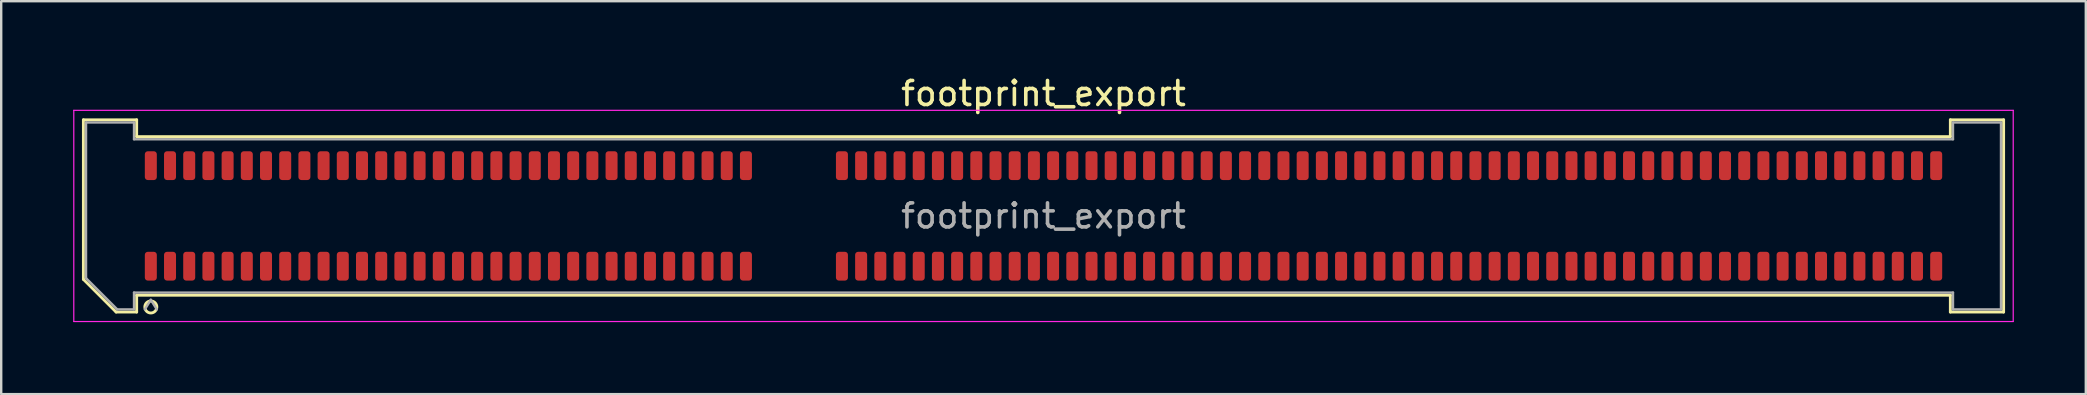
<source format=kicad_pcb>
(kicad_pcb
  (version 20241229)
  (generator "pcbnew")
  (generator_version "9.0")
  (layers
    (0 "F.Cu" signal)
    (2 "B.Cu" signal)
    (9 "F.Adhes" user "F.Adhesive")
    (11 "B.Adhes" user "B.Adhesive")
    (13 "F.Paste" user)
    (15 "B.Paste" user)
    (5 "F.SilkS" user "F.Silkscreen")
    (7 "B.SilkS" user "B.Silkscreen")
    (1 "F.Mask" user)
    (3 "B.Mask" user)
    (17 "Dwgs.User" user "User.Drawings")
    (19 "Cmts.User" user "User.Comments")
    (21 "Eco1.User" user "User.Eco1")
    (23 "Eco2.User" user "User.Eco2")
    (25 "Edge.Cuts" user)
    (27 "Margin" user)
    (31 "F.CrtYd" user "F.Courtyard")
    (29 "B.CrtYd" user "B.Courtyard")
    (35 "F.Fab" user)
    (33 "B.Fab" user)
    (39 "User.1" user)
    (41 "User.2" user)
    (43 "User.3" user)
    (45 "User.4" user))
  (footprint "footprint_export"
    (layer "F.Cu")
    (at 40.435 5.948)
    (property "Reference" "footprint_export" (at 0 -5.1 0) (layer "F.SilkS") (effects (font (size 1 1) (thickness 0.15))))
    (attr smd)
    (fp_line (start -40.01 -4.005) (end -37.79 -4.005) (stroke (width 0.12) (type solid)) (layer "F.SilkS"))
    (fp_line (start -40.01 2.641) (end -40.01 -4.005) (stroke (width 0.12) (type solid)) (layer "F.SilkS"))
    (fp_line (start -38.646 4.005) (end -40.01 2.641) (stroke (width 0.12) (type solid)) (layer "F.SilkS"))
    (fp_line (start -37.79 -4.005) (end -37.79 -3.305) (stroke (width 0.12) (type solid)) (layer "F.SilkS"))
    (fp_line (start -37.79 -3.305) (end 37.79 -3.305) (stroke (width 0.12) (type solid)) (layer "F.SilkS"))
    (fp_line (start -37.79 3.305) (end -37.79 4.005) (stroke (width 0.12) (type solid)) (layer "F.SilkS"))
    (fp_line (start -37.79 4.005) (end -38.646 4.005) (stroke (width 0.12) (type solid)) (layer "F.SilkS"))
    (fp_line (start 37.79 -4.005) (end 40.01 -4.005) (stroke (width 0.12) (type solid)) (layer "F.SilkS"))
    (fp_line (start 37.79 -3.305) (end 37.79 -4.005) (stroke (width 0.12) (type solid)) (layer "F.SilkS"))
    (fp_line (start 37.79 3.305) (end -37.79 3.305) (stroke (width 0.12) (type solid)) (layer "F.SilkS"))
    (fp_line (start 37.79 4.005) (end 37.79 3.305) (stroke (width 0.12) (type solid)) (layer "F.SilkS"))
    (fp_line (start 40.01 -4.005) (end 40.01 4.005) (stroke (width 0.12) (type solid)) (layer "F.SilkS"))
    (fp_line (start 40.01 4.005) (end 37.79 4.005) (stroke (width 0.12) (type solid)) (layer "F.SilkS"))
    (fp_arc (start -36.95 3.795) (mid -37.45 3.795) (end -36.95 3.795) (stroke (width 0.12) (type solid)) (layer "F.SilkS"))
    (fp_line (start -40.41 -4.4) (end -40.41 4.4) (stroke (width 0.05) (type solid)) (layer "F.CrtYd"))
    (fp_line (start -40.41 4.4) (end 40.41 4.4) (stroke (width 0.05) (type solid)) (layer "F.CrtYd"))
    (fp_line (start 40.41 -4.4) (end -40.41 -4.4) (stroke (width 0.05) (type solid)) (layer "F.CrtYd"))
    (fp_line (start 40.41 4.4) (end 40.41 -4.4) (stroke (width 0.05) (type solid)) (layer "F.CrtYd"))
    (fp_line (start -39.9 -3.895) (end -37.9 -3.895) (stroke (width 0.1) (type solid)) (layer "F.Fab"))
    (fp_line (start -39.9 2.595) (end -39.9 -3.895) (stroke (width 0.1) (type solid)) (layer "F.Fab"))
    (fp_line (start -38.6 3.895) (end -39.9 2.595) (stroke (width 0.1) (type solid)) (layer "F.Fab"))
    (fp_line (start -37.9 -3.895) (end -37.9 -3.195) (stroke (width 0.1) (type solid)) (layer "F.Fab"))
    (fp_line (start -37.9 -3.195) (end 37.9 -3.195) (stroke (width 0.1) (type solid)) (layer "F.Fab"))
    (fp_line (start -37.9 3.195) (end -37.9 3.895) (stroke (width 0.1) (type solid)) (layer "F.Fab"))
    (fp_line (start -37.9 3.895) (end -38.6 3.895) (stroke (width 0.1) (type solid)) (layer "F.Fab"))
    (fp_line (start -37.2 3.495) (end -37.45 3.895) (stroke (width 0.1) (type solid)) (layer "F.Fab"))
    (fp_line (start -37.2 3.495) (end -36.95 3.895) (stroke (width 0.1) (type solid)) (layer "F.Fab"))
    (fp_line (start 37.9 -3.895) (end 39.9 -3.895) (stroke (width 0.1) (type solid)) (layer "F.Fab"))
    (fp_line (start 37.9 -3.195) (end 37.9 -3.895) (stroke (width 0.1) (type solid)) (layer "F.Fab"))
    (fp_line (start 37.9 3.195) (end -37.9 3.195) (stroke (width 0.1) (type solid)) (layer "F.Fab"))
    (fp_line (start 37.9 3.895) (end 37.9 3.195) (stroke (width 0.1) (type solid)) (layer "F.Fab"))
    (fp_line (start 39.9 -3.895) (end 39.9 3.895) (stroke (width 0.1) (type solid)) (layer "F.Fab"))
    (fp_line (start 39.9 3.895) (end 37.9 3.895) (stroke (width 0.1) (type solid)) (layer "F.Fab"))
    (fp_text user "${REFERENCE}" (at 0 0 0) (layer "F.Fab") (effects (font (size 1 1) (thickness 0.15))))
    (pad "1" smd roundrect (at -37.2 2.095) (size 0.5 1.2) (layers "F.Cu" "F.Mask" "F.Paste") (roundrect_rratio 0.25))
    (pad "2" smd roundrect (at -37.2 -2.095) (size 0.5 1.2) (layers "F.Cu" "F.Mask" "F.Paste") (roundrect_rratio 0.25))
    (pad "3" smd roundrect (at -36.4 2.095) (size 0.5 1.2) (layers "F.Cu" "F.Mask" "F.Paste") (roundrect_rratio 0.25))
    (pad "4" smd roundrect (at -36.4 -2.095) (size 0.5 1.2) (layers "F.Cu" "F.Mask" "F.Paste") (roundrect_rratio 0.25))
    (pad "5" smd roundrect (at -35.6 2.095) (size 0.5 1.2) (layers "F.Cu" "F.Mask" "F.Paste") (roundrect_rratio 0.25))
    (pad "6" smd roundrect (at -35.6 -2.095) (size 0.5 1.2) (layers "F.Cu" "F.Mask" "F.Paste") (roundrect_rratio 0.25))
    (pad "7" smd roundrect (at -34.8 2.095) (size 0.5 1.2) (layers "F.Cu" "F.Mask" "F.Paste") (roundrect_rratio 0.25))
    (pad "8" smd roundrect (at -34.8 -2.095) (size 0.5 1.2) (layers "F.Cu" "F.Mask" "F.Paste") (roundrect_rratio 0.25))
    (pad "9" smd roundrect (at -34 2.095) (size 0.5 1.2) (layers "F.Cu" "F.Mask" "F.Paste") (roundrect_rratio 0.25))
    (pad "10" smd roundrect (at -34 -2.095) (size 0.5 1.2) (layers "F.Cu" "F.Mask" "F.Paste") (roundrect_rratio 0.25))
    (pad "11" smd roundrect (at -33.2 2.095) (size 0.5 1.2) (layers "F.Cu" "F.Mask" "F.Paste") (roundrect_rratio 0.25))
    (pad "12" smd roundrect (at -33.2 -2.095) (size 0.5 1.2) (layers "F.Cu" "F.Mask" "F.Paste") (roundrect_rratio 0.25))
    (pad "13" smd roundrect (at -32.4 2.095) (size 0.5 1.2) (layers "F.Cu" "F.Mask" "F.Paste") (roundrect_rratio 0.25))
    (pad "14" smd roundrect (at -32.4 -2.095) (size 0.5 1.2) (layers "F.Cu" "F.Mask" "F.Paste") (roundrect_rratio 0.25))
    (pad "15" smd roundrect (at -31.6 2.095) (size 0.5 1.2) (layers "F.Cu" "F.Mask" "F.Paste") (roundrect_rratio 0.25))
    (pad "16" smd roundrect (at -31.6 -2.095) (size 0.5 1.2) (layers "F.Cu" "F.Mask" "F.Paste") (roundrect_rratio 0.25))
    (pad "17" smd roundrect (at -30.8 2.095) (size 0.5 1.2) (layers "F.Cu" "F.Mask" "F.Paste") (roundrect_rratio 0.25))
    (pad "18" smd roundrect (at -30.8 -2.095) (size 0.5 1.2) (layers "F.Cu" "F.Mask" "F.Paste") (roundrect_rratio 0.25))
    (pad "19" smd roundrect (at -30 2.095) (size 0.5 1.2) (layers "F.Cu" "F.Mask" "F.Paste") (roundrect_rratio 0.25))
    (pad "20" smd roundrect (at -30 -2.095) (size 0.5 1.2) (layers "F.Cu" "F.Mask" "F.Paste") (roundrect_rratio 0.25))
    (pad "21" smd roundrect (at -29.2 2.095) (size 0.5 1.2) (layers "F.Cu" "F.Mask" "F.Paste") (roundrect_rratio 0.25))
    (pad "22" smd roundrect (at -29.2 -2.095) (size 0.5 1.2) (layers "F.Cu" "F.Mask" "F.Paste") (roundrect_rratio 0.25))
    (pad "23" smd roundrect (at -28.4 2.095) (size 0.5 1.2) (layers "F.Cu" "F.Mask" "F.Paste") (roundrect_rratio 0.25))
    (pad "24" smd roundrect (at -28.4 -2.095) (size 0.5 1.2) (layers "F.Cu" "F.Mask" "F.Paste") (roundrect_rratio 0.25))
    (pad "25" smd roundrect (at -27.6 2.095) (size 0.5 1.2) (layers "F.Cu" "F.Mask" "F.Paste") (roundrect_rratio 0.25))
    (pad "26" smd roundrect (at -27.6 -2.095) (size 0.5 1.2) (layers "F.Cu" "F.Mask" "F.Paste") (roundrect_rratio 0.25))
    (pad "27" smd roundrect (at -26.8 2.095) (size 0.5 1.2) (layers "F.Cu" "F.Mask" "F.Paste") (roundrect_rratio 0.25))
    (pad "28" smd roundrect (at -26.8 -2.095) (size 0.5 1.2) (layers "F.Cu" "F.Mask" "F.Paste") (roundrect_rratio 0.25))
    (pad "29" smd roundrect (at -26 2.095) (size 0.5 1.2) (layers "F.Cu" "F.Mask" "F.Paste") (roundrect_rratio 0.25))
    (pad "30" smd roundrect (at -26 -2.095) (size 0.5 1.2) (layers "F.Cu" "F.Mask" "F.Paste") (roundrect_rratio 0.25))
    (pad "31" smd roundrect (at -25.2 2.095) (size 0.5 1.2) (layers "F.Cu" "F.Mask" "F.Paste") (roundrect_rratio 0.25))
    (pad "32" smd roundrect (at -25.2 -2.095) (size 0.5 1.2) (layers "F.Cu" "F.Mask" "F.Paste") (roundrect_rratio 0.25))
    (pad "33" smd roundrect (at -24.4 2.095) (size 0.5 1.2) (layers "F.Cu" "F.Mask" "F.Paste") (roundrect_rratio 0.25))
    (pad "34" smd roundrect (at -24.4 -2.095) (size 0.5 1.2) (layers "F.Cu" "F.Mask" "F.Paste") (roundrect_rratio 0.25))
    (pad "35" smd roundrect (at -23.6 2.095) (size 0.5 1.2) (layers "F.Cu" "F.Mask" "F.Paste") (roundrect_rratio 0.25))
    (pad "36" smd roundrect (at -23.6 -2.095) (size 0.5 1.2) (layers "F.Cu" "F.Mask" "F.Paste") (roundrect_rratio 0.25))
    (pad "37" smd roundrect (at -22.8 2.095) (size 0.5 1.2) (layers "F.Cu" "F.Mask" "F.Paste") (roundrect_rratio 0.25))
    (pad "38" smd roundrect (at -22.8 -2.095) (size 0.5 1.2) (layers "F.Cu" "F.Mask" "F.Paste") (roundrect_rratio 0.25))
    (pad "39" smd roundrect (at -22 2.095) (size 0.5 1.2) (layers "F.Cu" "F.Mask" "F.Paste") (roundrect_rratio 0.25))
    (pad "40" smd roundrect (at -22 -2.095) (size 0.5 1.2) (layers "F.Cu" "F.Mask" "F.Paste") (roundrect_rratio 0.25))
    (pad "41" smd roundrect (at -21.2 2.095) (size 0.5 1.2) (layers "F.Cu" "F.Mask" "F.Paste") (roundrect_rratio 0.25))
    (pad "42" smd roundrect (at -21.2 -2.095) (size 0.5 1.2) (layers "F.Cu" "F.Mask" "F.Paste") (roundrect_rratio 0.25))
    (pad "43" smd roundrect (at -20.4 2.095) (size 0.5 1.2) (layers "F.Cu" "F.Mask" "F.Paste") (roundrect_rratio 0.25))
    (pad "44" smd roundrect (at -20.4 -2.095) (size 0.5 1.2) (layers "F.Cu" "F.Mask" "F.Paste") (roundrect_rratio 0.25))
    (pad "45" smd roundrect (at -19.6 2.095) (size 0.5 1.2) (layers "F.Cu" "F.Mask" "F.Paste") (roundrect_rratio 0.25))
    (pad "46" smd roundrect (at -19.6 -2.095) (size 0.5 1.2) (layers "F.Cu" "F.Mask" "F.Paste") (roundrect_rratio 0.25))
    (pad "47" smd roundrect (at -18.8 2.095) (size 0.5 1.2) (layers "F.Cu" "F.Mask" "F.Paste") (roundrect_rratio 0.25))
    (pad "48" smd roundrect (at -18.8 -2.095) (size 0.5 1.2) (layers "F.Cu" "F.Mask" "F.Paste") (roundrect_rratio 0.25))
    (pad "49" smd roundrect (at -18 2.095) (size 0.5 1.2) (layers "F.Cu" "F.Mask" "F.Paste") (roundrect_rratio 0.25))
    (pad "50" smd roundrect (at -18 -2.095) (size 0.5 1.2) (layers "F.Cu" "F.Mask" "F.Paste") (roundrect_rratio 0.25))
    (pad "51" smd roundrect (at -17.2 2.095) (size 0.5 1.2) (layers "F.Cu" "F.Mask" "F.Paste") (roundrect_rratio 0.25))
    (pad "52" smd roundrect (at -17.2 -2.095) (size 0.5 1.2) (layers "F.Cu" "F.Mask" "F.Paste") (roundrect_rratio 0.25))
    (pad "53" smd roundrect (at -16.4 2.095) (size 0.5 1.2) (layers "F.Cu" "F.Mask" "F.Paste") (roundrect_rratio 0.25))
    (pad "54" smd roundrect (at -16.4 -2.095) (size 0.5 1.2) (layers "F.Cu" "F.Mask" "F.Paste") (roundrect_rratio 0.25))
    (pad "55" smd roundrect (at -15.6 2.095) (size 0.5 1.2) (layers "F.Cu" "F.Mask" "F.Paste") (roundrect_rratio 0.25))
    (pad "56" smd roundrect (at -15.6 -2.095) (size 0.5 1.2) (layers "F.Cu" "F.Mask" "F.Paste") (roundrect_rratio 0.25))
    (pad "57" smd roundrect (at -14.8 2.095) (size 0.5 1.2) (layers "F.Cu" "F.Mask" "F.Paste") (roundrect_rratio 0.25))
    (pad "58" smd roundrect (at -14.8 -2.095) (size 0.5 1.2) (layers "F.Cu" "F.Mask" "F.Paste") (roundrect_rratio 0.25))
    (pad "59" smd roundrect (at -14 2.095) (size 0.5 1.2) (layers "F.Cu" "F.Mask" "F.Paste") (roundrect_rratio 0.25))
    (pad "60" smd roundrect (at -14 -2.095) (size 0.5 1.2) (layers "F.Cu" "F.Mask" "F.Paste") (roundrect_rratio 0.25))
    (pad "61" smd roundrect (at -13.2 2.095) (size 0.5 1.2) (layers "F.Cu" "F.Mask" "F.Paste") (roundrect_rratio 0.25))
    (pad "62" smd roundrect (at -13.2 -2.095) (size 0.5 1.2) (layers "F.Cu" "F.Mask" "F.Paste") (roundrect_rratio 0.25))
    (pad "63" smd roundrect (at -12.4 2.095) (size 0.5 1.2) (layers "F.Cu" "F.Mask" "F.Paste") (roundrect_rratio 0.25))
    (pad "64" smd roundrect (at -12.4 -2.095) (size 0.5 1.2) (layers "F.Cu" "F.Mask" "F.Paste") (roundrect_rratio 0.25))
    (pad "65" smd roundrect (at -8.4 2.095) (size 0.5 1.2) (layers "F.Cu" "F.Mask" "F.Paste") (roundrect_rratio 0.25))
    (pad "66" smd roundrect (at -8.4 -2.095) (size 0.5 1.2) (layers "F.Cu" "F.Mask" "F.Paste") (roundrect_rratio 0.25))
    (pad "67" smd roundrect (at -7.6 2.095) (size 0.5 1.2) (layers "F.Cu" "F.Mask" "F.Paste") (roundrect_rratio 0.25))
    (pad "68" smd roundrect (at -7.6 -2.095) (size 0.5 1.2) (layers "F.Cu" "F.Mask" "F.Paste") (roundrect_rratio 0.25))
    (pad "69" smd roundrect (at -6.8 2.095) (size 0.5 1.2) (layers "F.Cu" "F.Mask" "F.Paste") (roundrect_rratio 0.25))
    (pad "70" smd roundrect (at -6.8 -2.095) (size 0.5 1.2) (layers "F.Cu" "F.Mask" "F.Paste") (roundrect_rratio 0.25))
    (pad "71" smd roundrect (at -6 2.095) (size 0.5 1.2) (layers "F.Cu" "F.Mask" "F.Paste") (roundrect_rratio 0.25))
    (pad "72" smd roundrect (at -6 -2.095) (size 0.5 1.2) (layers "F.Cu" "F.Mask" "F.Paste") (roundrect_rratio 0.25))
    (pad "73" smd roundrect (at -5.2 2.095) (size 0.5 1.2) (layers "F.Cu" "F.Mask" "F.Paste") (roundrect_rratio 0.25))
    (pad "74" smd roundrect (at -5.2 -2.095) (size 0.5 1.2) (layers "F.Cu" "F.Mask" "F.Paste") (roundrect_rratio 0.25))
    (pad "75" smd roundrect (at -4.4 2.095) (size 0.5 1.2) (layers "F.Cu" "F.Mask" "F.Paste") (roundrect_rratio 0.25))
    (pad "76" smd roundrect (at -4.4 -2.095) (size 0.5 1.2) (layers "F.Cu" "F.Mask" "F.Paste") (roundrect_rratio 0.25))
    (pad "77" smd roundrect (at -3.6 2.095) (size 0.5 1.2) (layers "F.Cu" "F.Mask" "F.Paste") (roundrect_rratio 0.25))
    (pad "78" smd roundrect (at -3.6 -2.095) (size 0.5 1.2) (layers "F.Cu" "F.Mask" "F.Paste") (roundrect_rratio 0.25))
    (pad "79" smd roundrect (at -2.8 2.095) (size 0.5 1.2) (layers "F.Cu" "F.Mask" "F.Paste") (roundrect_rratio 0.25))
    (pad "80" smd roundrect (at -2.8 -2.095) (size 0.5 1.2) (layers "F.Cu" "F.Mask" "F.Paste") (roundrect_rratio 0.25))
    (pad "81" smd roundrect (at -2 2.095) (size 0.5 1.2) (layers "F.Cu" "F.Mask" "F.Paste") (roundrect_rratio 0.25))
    (pad "82" smd roundrect (at -2 -2.095) (size 0.5 1.2) (layers "F.Cu" "F.Mask" "F.Paste") (roundrect_rratio 0.25))
    (pad "83" smd roundrect (at -1.2 2.095) (size 0.5 1.2) (layers "F.Cu" "F.Mask" "F.Paste") (roundrect_rratio 0.25))
    (pad "84" smd roundrect (at -1.2 -2.095) (size 0.5 1.2) (layers "F.Cu" "F.Mask" "F.Paste") (roundrect_rratio 0.25))
    (pad "85" smd roundrect (at -0.4 2.095) (size 0.5 1.2) (layers "F.Cu" "F.Mask" "F.Paste") (roundrect_rratio 0.25))
    (pad "86" smd roundrect (at -0.4 -2.095) (size 0.5 1.2) (layers "F.Cu" "F.Mask" "F.Paste") (roundrect_rratio 0.25))
    (pad "87" smd roundrect (at 0.4 2.095) (size 0.5 1.2) (layers "F.Cu" "F.Mask" "F.Paste") (roundrect_rratio 0.25))
    (pad "88" smd roundrect (at 0.4 -2.095) (size 0.5 1.2) (layers "F.Cu" "F.Mask" "F.Paste") (roundrect_rratio 0.25))
    (pad "89" smd roundrect (at 1.2 2.095) (size 0.5 1.2) (layers "F.Cu" "F.Mask" "F.Paste") (roundrect_rratio 0.25))
    (pad "90" smd roundrect (at 1.2 -2.095) (size 0.5 1.2) (layers "F.Cu" "F.Mask" "F.Paste") (roundrect_rratio 0.25))
    (pad "91" smd roundrect (at 2 2.095) (size 0.5 1.2) (layers "F.Cu" "F.Mask" "F.Paste") (roundrect_rratio 0.25))
    (pad "92" smd roundrect (at 2 -2.095) (size 0.5 1.2) (layers "F.Cu" "F.Mask" "F.Paste") (roundrect_rratio 0.25))
    (pad "93" smd roundrect (at 2.8 2.095) (size 0.5 1.2) (layers "F.Cu" "F.Mask" "F.Paste") (roundrect_rratio 0.25))
    (pad "94" smd roundrect (at 2.8 -2.095) (size 0.5 1.2) (layers "F.Cu" "F.Mask" "F.Paste") (roundrect_rratio 0.25))
    (pad "95" smd roundrect (at 3.6 2.095) (size 0.5 1.2) (layers "F.Cu" "F.Mask" "F.Paste") (roundrect_rratio 0.25))
    (pad "96" smd roundrect (at 3.6 -2.095) (size 0.5 1.2) (layers "F.Cu" "F.Mask" "F.Paste") (roundrect_rratio 0.25))
    (pad "97" smd roundrect (at 4.4 2.095) (size 0.5 1.2) (layers "F.Cu" "F.Mask" "F.Paste") (roundrect_rratio 0.25))
    (pad "98" smd roundrect (at 4.4 -2.095) (size 0.5 1.2) (layers "F.Cu" "F.Mask" "F.Paste") (roundrect_rratio 0.25))
    (pad "99" smd roundrect (at 5.2 2.095) (size 0.5 1.2) (layers "F.Cu" "F.Mask" "F.Paste") (roundrect_rratio 0.25))
    (pad "100" smd roundrect (at 5.2 -2.095) (size 0.5 1.2) (layers "F.Cu" "F.Mask" "F.Paste") (roundrect_rratio 0.25))
    (pad "101" smd roundrect (at 6 2.095) (size 0.5 1.2) (layers "F.Cu" "F.Mask" "F.Paste") (roundrect_rratio 0.25))
    (pad "102" smd roundrect (at 6 -2.095) (size 0.5 1.2) (layers "F.Cu" "F.Mask" "F.Paste") (roundrect_rratio 0.25))
    (pad "103" smd roundrect (at 6.8 2.095) (size 0.5 1.2) (layers "F.Cu" "F.Mask" "F.Paste") (roundrect_rratio 0.25))
    (pad "104" smd roundrect (at 6.8 -2.095) (size 0.5 1.2) (layers "F.Cu" "F.Mask" "F.Paste") (roundrect_rratio 0.25))
    (pad "105" smd roundrect (at 7.6 2.095) (size 0.5 1.2) (layers "F.Cu" "F.Mask" "F.Paste") (roundrect_rratio 0.25))
    (pad "106" smd roundrect (at 7.6 -2.095) (size 0.5 1.2) (layers "F.Cu" "F.Mask" "F.Paste") (roundrect_rratio 0.25))
    (pad "107" smd roundrect (at 8.4 2.095) (size 0.5 1.2) (layers "F.Cu" "F.Mask" "F.Paste") (roundrect_rratio 0.25))
    (pad "108" smd roundrect (at 8.4 -2.095) (size 0.5 1.2) (layers "F.Cu" "F.Mask" "F.Paste") (roundrect_rratio 0.25))
    (pad "109" smd roundrect (at 9.2 2.095) (size 0.5 1.2) (layers "F.Cu" "F.Mask" "F.Paste") (roundrect_rratio 0.25))
    (pad "110" smd roundrect (at 9.2 -2.095) (size 0.5 1.2) (layers "F.Cu" "F.Mask" "F.Paste") (roundrect_rratio 0.25))
    (pad "111" smd roundrect (at 10 2.095) (size 0.5 1.2) (layers "F.Cu" "F.Mask" "F.Paste") (roundrect_rratio 0.25))
    (pad "112" smd roundrect (at 10 -2.095) (size 0.5 1.2) (layers "F.Cu" "F.Mask" "F.Paste") (roundrect_rratio 0.25))
    (pad "113" smd roundrect (at 10.8 2.095) (size 0.5 1.2) (layers "F.Cu" "F.Mask" "F.Paste") (roundrect_rratio 0.25))
    (pad "114" smd roundrect (at 10.8 -2.095) (size 0.5 1.2) (layers "F.Cu" "F.Mask" "F.Paste") (roundrect_rratio 0.25))
    (pad "115" smd roundrect (at 11.6 2.095) (size 0.5 1.2) (layers "F.Cu" "F.Mask" "F.Paste") (roundrect_rratio 0.25))
    (pad "116" smd roundrect (at 11.6 -2.095) (size 0.5 1.2) (layers "F.Cu" "F.Mask" "F.Paste") (roundrect_rratio 0.25))
    (pad "117" smd roundrect (at 12.4 2.095) (size 0.5 1.2) (layers "F.Cu" "F.Mask" "F.Paste") (roundrect_rratio 0.25))
    (pad "118" smd roundrect (at 12.4 -2.095) (size 0.5 1.2) (layers "F.Cu" "F.Mask" "F.Paste") (roundrect_rratio 0.25))
    (pad "119" smd roundrect (at 13.2 2.095) (size 0.5 1.2) (layers "F.Cu" "F.Mask" "F.Paste") (roundrect_rratio 0.25))
    (pad "120" smd roundrect (at 13.2 -2.095) (size 0.5 1.2) (layers "F.Cu" "F.Mask" "F.Paste") (roundrect_rratio 0.25))
    (pad "121" smd roundrect (at 14 2.095) (size 0.5 1.2) (layers "F.Cu" "F.Mask" "F.Paste") (roundrect_rratio 0.25))
    (pad "122" smd roundrect (at 14 -2.095) (size 0.5 1.2) (layers "F.Cu" "F.Mask" "F.Paste") (roundrect_rratio 0.25))
    (pad "123" smd roundrect (at 14.8 2.095) (size 0.5 1.2) (layers "F.Cu" "F.Mask" "F.Paste") (roundrect_rratio 0.25))
    (pad "124" smd roundrect (at 14.8 -2.095) (size 0.5 1.2) (layers "F.Cu" "F.Mask" "F.Paste") (roundrect_rratio 0.25))
    (pad "125" smd roundrect (at 15.6 2.095) (size 0.5 1.2) (layers "F.Cu" "F.Mask" "F.Paste") (roundrect_rratio 0.25))
    (pad "126" smd roundrect (at 15.6 -2.095) (size 0.5 1.2) (layers "F.Cu" "F.Mask" "F.Paste") (roundrect_rratio 0.25))
    (pad "127" smd roundrect (at 16.4 2.095) (size 0.5 1.2) (layers "F.Cu" "F.Mask" "F.Paste") (roundrect_rratio 0.25))
    (pad "128" smd roundrect (at 16.4 -2.095) (size 0.5 1.2) (layers "F.Cu" "F.Mask" "F.Paste") (roundrect_rratio 0.25))
    (pad "129" smd roundrect (at 17.2 2.095) (size 0.5 1.2) (layers "F.Cu" "F.Mask" "F.Paste") (roundrect_rratio 0.25))
    (pad "130" smd roundrect (at 17.2 -2.095) (size 0.5 1.2) (layers "F.Cu" "F.Mask" "F.Paste") (roundrect_rratio 0.25))
    (pad "131" smd roundrect (at 18 2.095) (size 0.5 1.2) (layers "F.Cu" "F.Mask" "F.Paste") (roundrect_rratio 0.25))
    (pad "132" smd roundrect (at 18 -2.095) (size 0.5 1.2) (layers "F.Cu" "F.Mask" "F.Paste") (roundrect_rratio 0.25))
    (pad "133" smd roundrect (at 18.8 2.095) (size 0.5 1.2) (layers "F.Cu" "F.Mask" "F.Paste") (roundrect_rratio 0.25))
    (pad "134" smd roundrect (at 18.8 -2.095) (size 0.5 1.2) (layers "F.Cu" "F.Mask" "F.Paste") (roundrect_rratio 0.25))
    (pad "135" smd roundrect (at 19.6 2.095) (size 0.5 1.2) (layers "F.Cu" "F.Mask" "F.Paste") (roundrect_rratio 0.25))
    (pad "136" smd roundrect (at 19.6 -2.095) (size 0.5 1.2) (layers "F.Cu" "F.Mask" "F.Paste") (roundrect_rratio 0.25))
    (pad "137" smd roundrect (at 20.4 2.095) (size 0.5 1.2) (layers "F.Cu" "F.Mask" "F.Paste") (roundrect_rratio 0.25))
    (pad "138" smd roundrect (at 20.4 -2.095) (size 0.5 1.2) (layers "F.Cu" "F.Mask" "F.Paste") (roundrect_rratio 0.25))
    (pad "139" smd roundrect (at 21.2 2.095) (size 0.5 1.2) (layers "F.Cu" "F.Mask" "F.Paste") (roundrect_rratio 0.25))
    (pad "140" smd roundrect (at 21.2 -2.095) (size 0.5 1.2) (layers "F.Cu" "F.Mask" "F.Paste") (roundrect_rratio 0.25))
    (pad "141" smd roundrect (at 22 2.095) (size 0.5 1.2) (layers "F.Cu" "F.Mask" "F.Paste") (roundrect_rratio 0.25))
    (pad "142" smd roundrect (at 22 -2.095) (size 0.5 1.2) (layers "F.Cu" "F.Mask" "F.Paste") (roundrect_rratio 0.25))
    (pad "143" smd roundrect (at 22.8 2.095) (size 0.5 1.2) (layers "F.Cu" "F.Mask" "F.Paste") (roundrect_rratio 0.25))
    (pad "144" smd roundrect (at 22.8 -2.095) (size 0.5 1.2) (layers "F.Cu" "F.Mask" "F.Paste") (roundrect_rratio 0.25))
    (pad "145" smd roundrect (at 23.6 2.095) (size 0.5 1.2) (layers "F.Cu" "F.Mask" "F.Paste") (roundrect_rratio 0.25))
    (pad "146" smd roundrect (at 23.6 -2.095) (size 0.5 1.2) (layers "F.Cu" "F.Mask" "F.Paste") (roundrect_rratio 0.25))
    (pad "147" smd roundrect (at 24.4 2.095) (size 0.5 1.2) (layers "F.Cu" "F.Mask" "F.Paste") (roundrect_rratio 0.25))
    (pad "148" smd roundrect (at 24.4 -2.095) (size 0.5 1.2) (layers "F.Cu" "F.Mask" "F.Paste") (roundrect_rratio 0.25))
    (pad "149" smd roundrect (at 25.2 2.095) (size 0.5 1.2) (layers "F.Cu" "F.Mask" "F.Paste") (roundrect_rratio 0.25))
    (pad "150" smd roundrect (at 25.2 -2.095) (size 0.5 1.2) (layers "F.Cu" "F.Mask" "F.Paste") (roundrect_rratio 0.25))
    (pad "151" smd roundrect (at 26 2.095) (size 0.5 1.2) (layers "F.Cu" "F.Mask" "F.Paste") (roundrect_rratio 0.25))
    (pad "152" smd roundrect (at 26 -2.095) (size 0.5 1.2) (layers "F.Cu" "F.Mask" "F.Paste") (roundrect_rratio 0.25))
    (pad "153" smd roundrect (at 26.8 2.095) (size 0.5 1.2) (layers "F.Cu" "F.Mask" "F.Paste") (roundrect_rratio 0.25))
    (pad "154" smd roundrect (at 26.8 -2.095) (size 0.5 1.2) (layers "F.Cu" "F.Mask" "F.Paste") (roundrect_rratio 0.25))
    (pad "155" smd roundrect (at 27.6 2.095) (size 0.5 1.2) (layers "F.Cu" "F.Mask" "F.Paste") (roundrect_rratio 0.25))
    (pad "156" smd roundrect (at 27.6 -2.095) (size 0.5 1.2) (layers "F.Cu" "F.Mask" "F.Paste") (roundrect_rratio 0.25))
    (pad "157" smd roundrect (at 28.4 2.095) (size 0.5 1.2) (layers "F.Cu" "F.Mask" "F.Paste") (roundrect_rratio 0.25))
    (pad "158" smd roundrect (at 28.4 -2.095) (size 0.5 1.2) (layers "F.Cu" "F.Mask" "F.Paste") (roundrect_rratio 0.25))
    (pad "159" smd roundrect (at 29.2 2.095) (size 0.5 1.2) (layers "F.Cu" "F.Mask" "F.Paste") (roundrect_rratio 0.25))
    (pad "160" smd roundrect (at 29.2 -2.095) (size 0.5 1.2) (layers "F.Cu" "F.Mask" "F.Paste") (roundrect_rratio 0.25))
    (pad "161" smd roundrect (at 30 2.095) (size 0.5 1.2) (layers "F.Cu" "F.Mask" "F.Paste") (roundrect_rratio 0.25))
    (pad "162" smd roundrect (at 30 -2.095) (size 0.5 1.2) (layers "F.Cu" "F.Mask" "F.Paste") (roundrect_rratio 0.25))
    (pad "163" smd roundrect (at 30.8 2.095) (size 0.5 1.2) (layers "F.Cu" "F.Mask" "F.Paste") (roundrect_rratio 0.25))
    (pad "164" smd roundrect (at 30.8 -2.095) (size 0.5 1.2) (layers "F.Cu" "F.Mask" "F.Paste") (roundrect_rratio 0.25))
    (pad "165" smd roundrect (at 31.6 2.095) (size 0.5 1.2) (layers "F.Cu" "F.Mask" "F.Paste") (roundrect_rratio 0.25))
    (pad "166" smd roundrect (at 31.6 -2.095) (size 0.5 1.2) (layers "F.Cu" "F.Mask" "F.Paste") (roundrect_rratio 0.25))
    (pad "167" smd roundrect (at 32.4 2.095) (size 0.5 1.2) (layers "F.Cu" "F.Mask" "F.Paste") (roundrect_rratio 0.25))
    (pad "168" smd roundrect (at 32.4 -2.095) (size 0.5 1.2) (layers "F.Cu" "F.Mask" "F.Paste") (roundrect_rratio 0.25))
    (pad "169" smd roundrect (at 33.2 2.095) (size 0.5 1.2) (layers "F.Cu" "F.Mask" "F.Paste") (roundrect_rratio 0.25))
    (pad "170" smd roundrect (at 33.2 -2.095) (size 0.5 1.2) (layers "F.Cu" "F.Mask" "F.Paste") (roundrect_rratio 0.25))
    (pad "171" smd roundrect (at 34 2.095) (size 0.5 1.2) (layers "F.Cu" "F.Mask" "F.Paste") (roundrect_rratio 0.25))
    (pad "172" smd roundrect (at 34 -2.095) (size 0.5 1.2) (layers "F.Cu" "F.Mask" "F.Paste") (roundrect_rratio 0.25))
    (pad "173" smd roundrect (at 34.8 2.095) (size 0.5 1.2) (layers "F.Cu" "F.Mask" "F.Paste") (roundrect_rratio 0.25))
    (pad "174" smd roundrect (at 34.8 -2.095) (size 0.5 1.2) (layers "F.Cu" "F.Mask" "F.Paste") (roundrect_rratio 0.25))
    (pad "175" smd roundrect (at 35.6 2.095) (size 0.5 1.2) (layers "F.Cu" "F.Mask" "F.Paste") (roundrect_rratio 0.25))
    (pad "176" smd roundrect (at 35.6 -2.095) (size 0.5 1.2) (layers "F.Cu" "F.Mask" "F.Paste") (roundrect_rratio 0.25))
    (pad "177" smd roundrect (at 36.4 2.095) (size 0.5 1.2) (layers "F.Cu" "F.Mask" "F.Paste") (roundrect_rratio 0.25))
    (pad "178" smd roundrect (at 36.4 -2.095) (size 0.5 1.2) (layers "F.Cu" "F.Mask" "F.Paste") (roundrect_rratio 0.25))
    (pad "179" smd roundrect (at 37.2 2.095) (size 0.5 1.2) (layers "F.Cu" "F.Mask" "F.Paste") (roundrect_rratio 0.25))
    (pad "180" smd roundrect (at 37.2 -2.095) (size 0.5 1.2) (layers "F.Cu" "F.Mask" "F.Paste") (roundrect_rratio 0.25)))
  (gr_rect
    (start -3 -3)
    (end 83.87 13.373)
    (stroke (width 0.1) (type default))
    (fill no)
    (layer "Edge.Cuts")))
</source>
